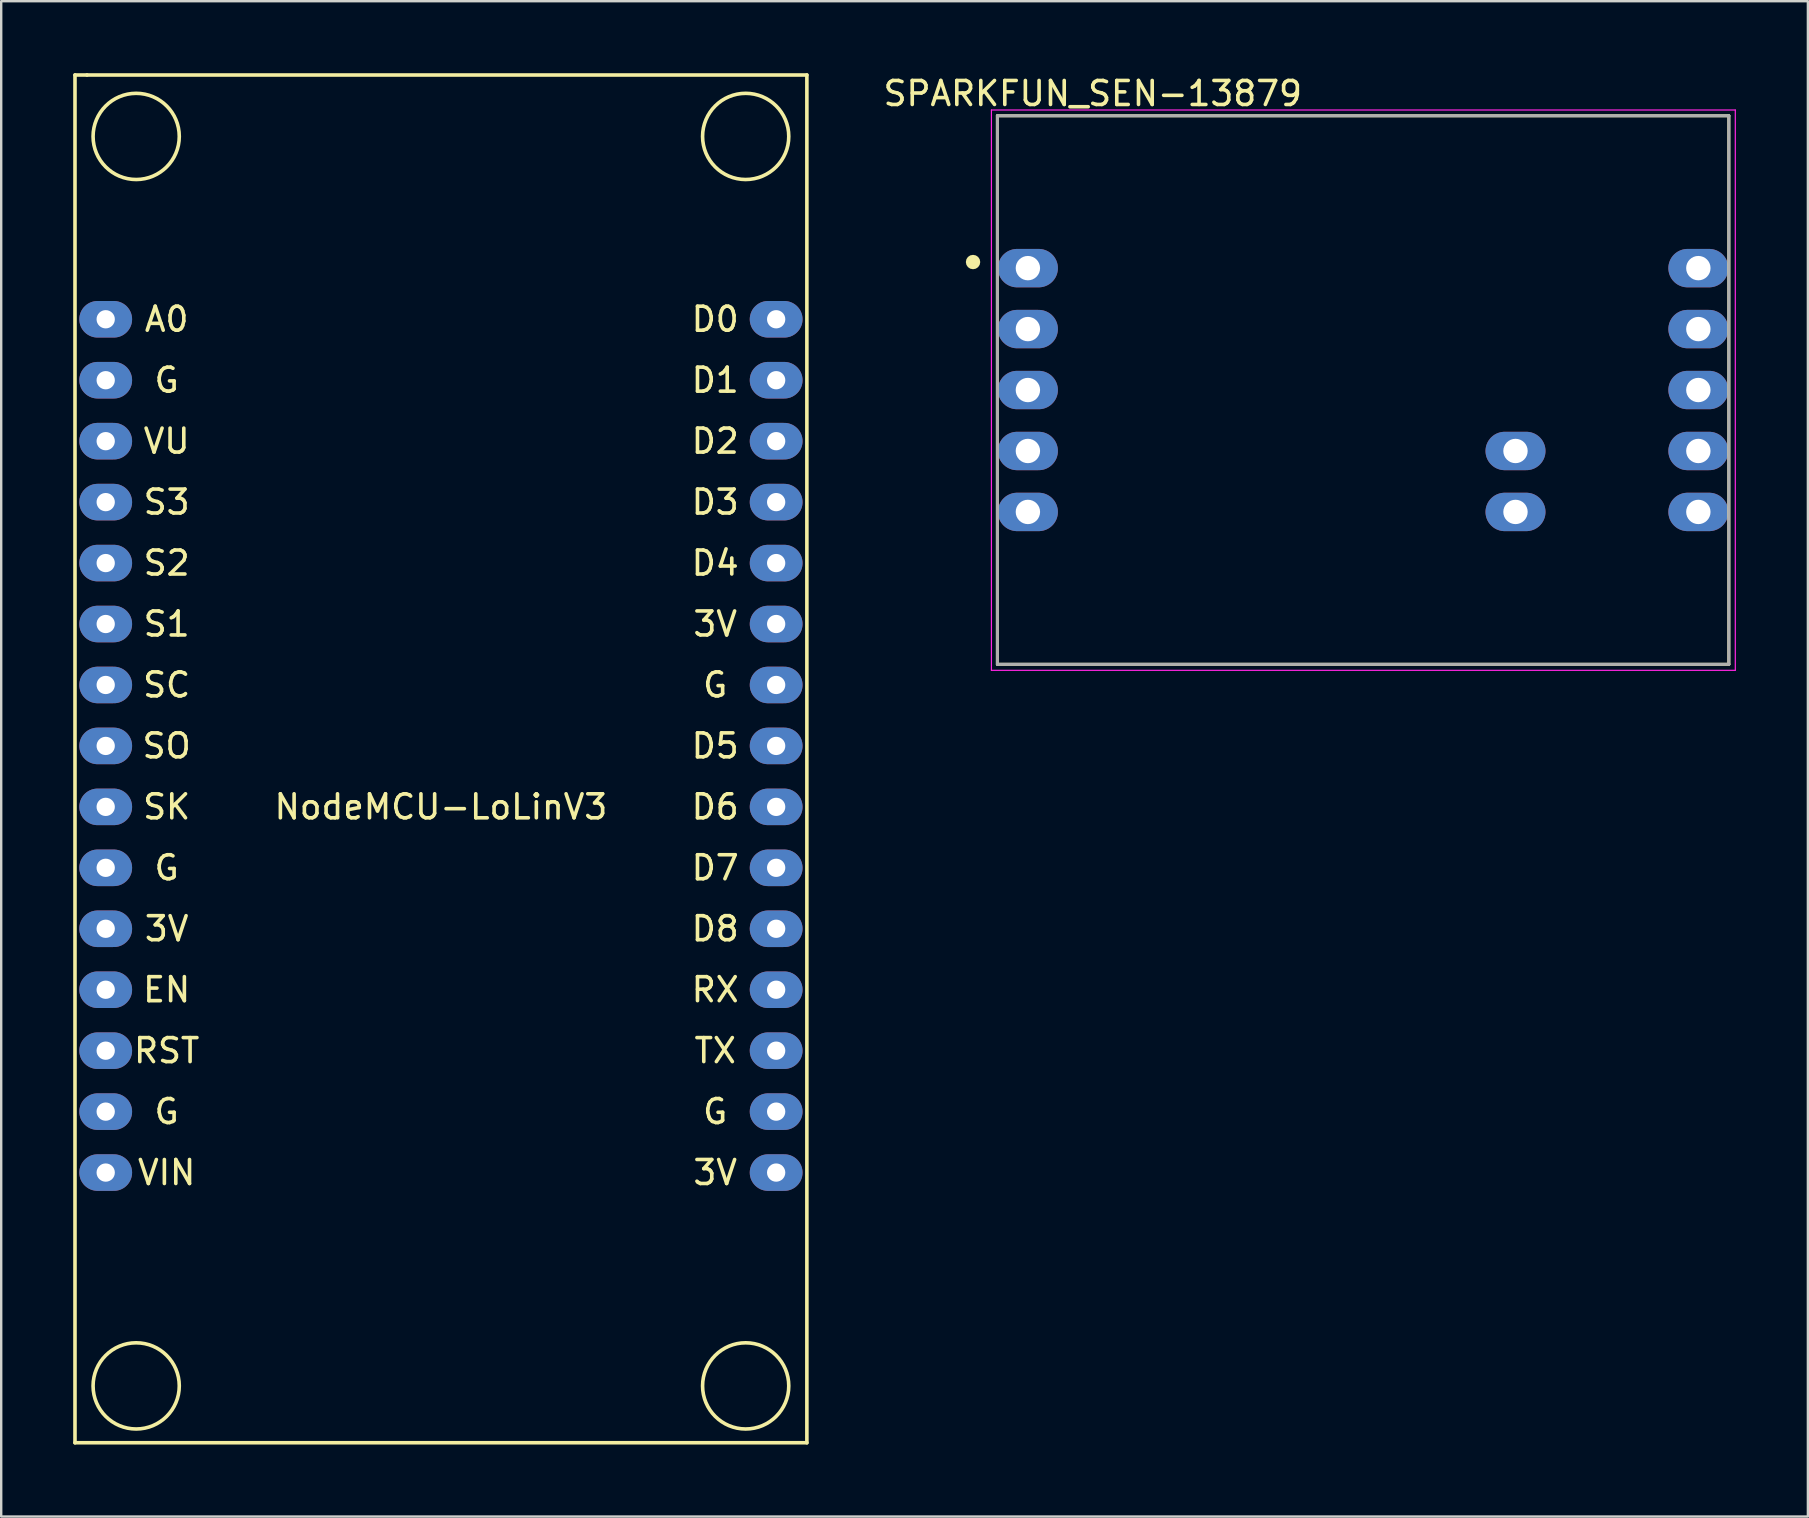
<source format=kicad_pcb>
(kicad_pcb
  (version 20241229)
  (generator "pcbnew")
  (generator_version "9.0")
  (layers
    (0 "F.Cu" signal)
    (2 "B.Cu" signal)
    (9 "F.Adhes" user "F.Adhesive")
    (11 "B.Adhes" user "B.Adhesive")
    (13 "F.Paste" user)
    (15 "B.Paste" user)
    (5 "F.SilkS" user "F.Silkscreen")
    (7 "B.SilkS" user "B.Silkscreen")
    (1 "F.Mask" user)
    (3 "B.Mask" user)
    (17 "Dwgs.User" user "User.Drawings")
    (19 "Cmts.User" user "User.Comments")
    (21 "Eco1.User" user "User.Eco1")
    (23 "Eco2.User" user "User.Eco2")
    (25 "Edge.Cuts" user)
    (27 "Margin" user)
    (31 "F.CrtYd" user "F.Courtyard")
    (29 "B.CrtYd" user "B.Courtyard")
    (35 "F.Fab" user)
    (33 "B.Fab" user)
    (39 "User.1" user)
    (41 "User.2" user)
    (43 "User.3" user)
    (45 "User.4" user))
  (footprint "NodeMCU-LoLinV3"
    (layer "F.Cu")
    (at 15.325 30.575)
    (property "Reference" "NodeMCU-LoLinV3" (at 0 0 0) (layer "F.SilkS") (effects (font (size 1 1) (thickness 0.15))))
    (attr through_hole)
    (fp_line (start -15.25 -30.5) (end -15.25 26.5) (stroke (width 0.15) (type solid)) (layer "F.SilkS"))
    (fp_line (start -15.25 26.5) (end 15.25 26.5) (stroke (width 0.15) (type solid)) (layer "F.SilkS"))
    (fp_line (start -14.75 -30.5) (end -15.25 -30.5) (stroke (width 0.15) (type solid)) (layer "F.SilkS"))
    (fp_line (start 15.25 -30.5) (end -14.75 -30.5) (stroke (width 0.15) (type solid)) (layer "F.SilkS"))
    (fp_line (start 15.25 26.5) (end 15.25 -30.5) (stroke (width 0.15) (type solid)) (layer "F.SilkS"))
    (fp_circle (center -12.7 -27.94) (end -11.43 -29.21) (stroke (width 0.15) (type solid)) (fill no) (layer "F.SilkS"))
    (fp_circle (center -12.7 24.13) (end -11.43 22.86) (stroke (width 0.15) (type solid)) (fill no) (layer "F.SilkS"))
    (fp_circle (center 12.7 -27.94) (end 13.97 -29.21) (stroke (width 0.15) (type solid)) (fill no) (layer "F.SilkS"))
    (fp_circle (center 12.7 24.13) (end 13.97 22.86) (stroke (width 0.15) (type solid)) (fill no) (layer "F.SilkS"))
    (fp_text user "SK" (at -11.43 0 0) (layer "F.SilkS") (effects (font (size 1 1) (thickness 0.15))))
    (fp_text user "SC" (at -11.43 -5.08 0) (layer "F.SilkS") (effects (font (size 1 1) (thickness 0.15))))
    (fp_text user "G" (at 11.43 12.7 0) (layer "F.SilkS") (effects (font (size 1 1) (thickness 0.15))))
    (fp_text user "VU" (at -11.43 -15.24 0) (layer "F.SilkS") (effects (font (size 1 1) (thickness 0.15))))
    (fp_text user "S2" (at -11.43 -10.16 0) (layer "F.SilkS") (effects (font (size 1 1) (thickness 0.15))))
    (fp_text user "G" (at -11.43 2.54 0) (layer "F.SilkS") (effects (font (size 1 1) (thickness 0.15))))
    (fp_text user "S3" (at -11.43 -12.7 0) (layer "F.SilkS") (effects (font (size 1 1) (thickness 0.15))))
    (fp_text user "D6" (at 11.43 0 0) (layer "F.SilkS") (effects (font (size 1 1) (thickness 0.15))))
    (fp_text user "G" (at -11.43 -17.78 0) (layer "F.SilkS") (effects (font (size 1 1) (thickness 0.15))))
    (fp_text user "3V" (at 11.43 15.24 0) (layer "F.SilkS") (effects (font (size 1 1) (thickness 0.15))))
    (fp_text user "D1" (at 11.43 -17.78 0) (layer "F.SilkS") (effects (font (size 1 1) (thickness 0.15))))
    (fp_text user "D7" (at 11.43 2.54 0) (layer "F.SilkS") (effects (font (size 1 1) (thickness 0.15))))
    (fp_text user "D3" (at 11.43 -12.7 0) (layer "F.SilkS") (effects (font (size 1 1) (thickness 0.15))))
    (fp_text user "A0" (at -11.43 -20.32 0) (layer "F.SilkS") (effects (font (size 1 1) (thickness 0.15))))
    (fp_text user "VIN" (at -11.43 15.24 0) (layer "F.SilkS") (effects (font (size 1 1) (thickness 0.15))))
    (fp_text user "D5" (at 11.43 -2.54 0) (layer "F.SilkS") (effects (font (size 1 1) (thickness 0.15))))
    (fp_text user "D0" (at 11.43 -20.32 0) (layer "F.SilkS") (effects (font (size 1 1) (thickness 0.15))))
    (fp_text user "SO" (at -11.43 -2.54 0) (layer "F.SilkS") (effects (font (size 1 1) (thickness 0.15))))
    (fp_text user "D2" (at 11.43 -15.24 0) (layer "F.SilkS") (effects (font (size 1 1) (thickness 0.15))))
    (fp_text user "TX" (at 11.43 10.16 0) (layer "F.SilkS") (effects (font (size 1 1) (thickness 0.15))))
    (fp_text user "G" (at 11.43 -5.08 0) (layer "F.SilkS") (effects (font (size 1 1) (thickness 0.15))))
    (fp_text user "D8" (at 11.43 5.08 0) (layer "F.SilkS") (effects (font (size 1 1) (thickness 0.15))))
    (fp_text user "EN" (at -11.43 7.62 0) (layer "F.SilkS") (effects (font (size 1 1) (thickness 0.15))))
    (fp_text user "RX" (at 11.43 7.62 0) (layer "F.SilkS") (effects (font (size 1 1) (thickness 0.15))))
    (fp_text user "RST" (at -11.43 10.16 0) (layer "F.SilkS") (effects (font (size 1 1) (thickness 0.15))))
    (fp_text user "3V" (at -11.43 5.08 0) (layer "F.SilkS") (effects (font (size 1 1) (thickness 0.15))))
    (fp_text user "G" (at -11.43 12.7 0) (layer "F.SilkS") (effects (font (size 1 1) (thickness 0.15))))
    (fp_text user "S1" (at -11.43 -7.62 0) (layer "F.SilkS") (effects (font (size 1 1) (thickness 0.15))))
    (fp_text user "D4" (at 11.43 -10.16 0) (layer "F.SilkS") (effects (font (size 1 1) (thickness 0.15))))
    (fp_text user "3V" (at 11.43 -7.62 0) (layer "F.SilkS") (effects (font (size 1 1) (thickness 0.15))))
    (pad "1" thru_hole oval (at -13.97 -20.32) (size 2.2 1.524) (drill 0.762) (layers "*.Cu" "*.Mask"))
    (pad "2" thru_hole oval (at -13.97 -17.78) (size 2.2 1.524) (drill 0.762) (layers "*.Cu" "*.Mask"))
    (pad "3" thru_hole oval (at -13.97 -15.24) (size 2.2 1.524) (drill 0.762) (layers "*.Cu" "*.Mask"))
    (pad "4" thru_hole oval (at -13.97 -12.7) (size 2.2 1.524) (drill 0.762) (layers "*.Cu" "*.Mask"))
    (pad "5" thru_hole oval (at -13.97 -10.16) (size 2.2 1.524) (drill 0.762) (layers "*.Cu" "*.Mask"))
    (pad "6" thru_hole oval (at -13.97 -7.62) (size 2.2 1.524) (drill 0.762) (layers "*.Cu" "*.Mask"))
    (pad "7" thru_hole oval (at -13.97 -5.08) (size 2.2 1.524) (drill 0.762) (layers "*.Cu" "*.Mask"))
    (pad "8" thru_hole oval (at -13.97 -2.54) (size 2.2 1.524) (drill 0.762) (layers "*.Cu" "*.Mask"))
    (pad "9" thru_hole oval (at -13.97 0) (size 2.2 1.524) (drill 0.762) (layers "*.Cu" "*.Mask"))
    (pad "10" thru_hole oval (at -13.97 2.54) (size 2.2 1.524) (drill 0.762) (layers "*.Cu" "*.Mask"))
    (pad "11" thru_hole oval (at -13.97 5.08) (size 2.2 1.524) (drill 0.762) (layers "*.Cu" "*.Mask"))
    (pad "12" thru_hole oval (at -13.97 7.62) (size 2.2 1.524) (drill 0.762) (layers "*.Cu" "*.Mask"))
    (pad "13" thru_hole oval (at -13.97 10.16) (size 2.2 1.524) (drill 0.762) (layers "*.Cu" "*.Mask"))
    (pad "14" thru_hole oval (at -13.97 12.7) (size 2.2 1.524) (drill 0.762) (layers "*.Cu" "*.Mask"))
    (pad "15" thru_hole oval (at -13.97 15.24) (size 2.2 1.524) (drill 0.762) (layers "*.Cu" "*.Mask"))
    (pad "16" thru_hole oval (at 13.97 15.24) (size 2.2 1.524) (drill 0.762) (layers "*.Cu" "*.Mask"))
    (pad "17" thru_hole oval (at 13.97 12.7) (size 2.2 1.524) (drill 0.762) (layers "*.Cu" "*.Mask"))
    (pad "18" thru_hole oval (at 13.97 10.16) (size 2.2 1.524) (drill 0.762) (layers "*.Cu" "*.Mask"))
    (pad "19" thru_hole oval (at 13.97 7.62) (size 2.2 1.524) (drill 0.762) (layers "*.Cu" "*.Mask"))
    (pad "20" thru_hole oval (at 13.97 5.08) (size 2.2 1.524) (drill 0.762) (layers "*.Cu" "*.Mask"))
    (pad "21" thru_hole oval (at 13.97 2.54) (size 2.2 1.524) (drill 0.762) (layers "*.Cu" "*.Mask"))
    (pad "22" thru_hole oval (at 13.97 0) (size 2.2 1.524) (drill 0.762) (layers "*.Cu" "*.Mask"))
    (pad "23" thru_hole oval (at 13.97 -2.54) (size 2.2 1.524) (drill 0.762) (layers "*.Cu" "*.Mask"))
    (pad "24" thru_hole oval (at 13.97 -5.08) (size 2.2 1.524) (drill 0.762) (layers "*.Cu" "*.Mask"))
    (pad "25" thru_hole oval (at 13.97 -7.62) (size 2.2 1.524) (drill 0.762) (layers "*.Cu" "*.Mask"))
    (pad "26" thru_hole oval (at 13.97 -10.16) (size 2.2 1.524) (drill 0.762) (layers "*.Cu" "*.Mask"))
    (pad "27" thru_hole oval (at 13.97 -12.7) (size 2.2 1.524) (drill 0.762) (layers "*.Cu" "*.Mask"))
    (pad "28" thru_hole oval (at 13.97 -15.24) (size 2.2 1.524) (drill 0.762) (layers "*.Cu" "*.Mask"))
    (pad "29" thru_hole oval (at 13.97 -17.78) (size 2.2 1.524) (drill 0.762) (layers "*.Cu" "*.Mask"))
    (pad "30" thru_hole oval (at 13.97 -20.32) (size 2.2 1.524) (drill 0.762) (layers "*.Cu" "*.Mask")))
  (footprint "SPARKFUN_SEN-13879"
    (layer "F.Cu")
    (at 53.756 13.204)
    (property "Reference" "SPARKFUN_SEN-13879" (at -11.266 -12.356 0) (layer "F.SilkS") (effects (font (size 1 1) (thickness 0.15))))
    (attr through_hole)
    (fp_line (start -15.24 -11.43) (end 15.24 -11.43) (stroke (width 0.127) (type solid)) (layer "F.SilkS"))
    (fp_line (start -15.24 11.43) (end -15.24 -11.43) (stroke (width 0.127) (type solid)) (layer "F.SilkS"))
    (fp_line (start 15.24 -11.43) (end 15.24 11.43) (stroke (width 0.127) (type solid)) (layer "F.SilkS"))
    (fp_line (start 15.24 11.43) (end -15.24 11.43) (stroke (width 0.127) (type solid)) (layer "F.SilkS"))
    (fp_circle (center -16.256 -5.334) (end -16.106 -5.334) (stroke (width 0.3) (type solid)) (fill no) (layer "F.SilkS"))
    (fp_line (start -15.49 -11.67) (end 15.51 -11.67) (stroke (width 0.05) (type solid)) (layer "F.CrtYd"))
    (fp_line (start -15.49 11.68) (end -15.49 -11.67) (stroke (width 0.05) (type solid)) (layer "F.CrtYd"))
    (fp_line (start 15.51 -11.67) (end 15.51 11.68) (stroke (width 0.05) (type solid)) (layer "F.CrtYd"))
    (fp_line (start 15.51 11.68) (end -15.49 11.68) (stroke (width 0.05) (type solid)) (layer "F.CrtYd"))
    (fp_line (start -15.24 -11.43) (end 15.24 -11.43) (stroke (width 0.127) (type solid)) (layer "F.Fab"))
    (fp_line (start -15.24 11.43) (end -15.24 -11.43) (stroke (width 0.127) (type solid)) (layer "F.Fab"))
    (fp_line (start 15.24 -11.43) (end 15.24 11.43) (stroke (width 0.127) (type solid)) (layer "F.Fab"))
    (fp_line (start 15.24 11.43) (end -15.24 11.43) (stroke (width 0.127) (type solid)) (layer "F.Fab"))
    (pad "1" thru_hole oval (at -13.97 -5.08) (size 2.5 1.6) (drill 1.016) (layers "*.Cu" "*.Mask"))
    (pad "2" thru_hole oval (at -13.97 -2.54) (size 2.5 1.6) (drill 1.016) (layers "*.Cu" "*.Mask"))
    (pad "3" thru_hole oval (at -13.97 0) (size 2.5 1.6) (drill 1.016) (layers "*.Cu" "*.Mask"))
    (pad "4" thru_hole oval (at -13.97 2.54) (size 2.5 1.6) (drill 1.016) (layers "*.Cu" "*.Mask"))
    (pad "5" thru_hole oval (at -13.97 5.08) (size 2.5 1.6) (drill 1.016) (layers "*.Cu" "*.Mask"))
    (pad "6" thru_hole oval (at 13.97 5.08) (size 2.5 1.6) (drill 1.016) (layers "*.Cu" "*.Mask"))
    (pad "7" thru_hole oval (at 13.97 2.54) (size 2.5 1.6) (drill 1.016) (layers "*.Cu" "*.Mask"))
    (pad "8" thru_hole oval (at 13.97 0) (size 2.5 1.6) (drill 1.016) (layers "*.Cu" "*.Mask"))
    (pad "9" thru_hole oval (at 13.97 -2.54) (size 2.5 1.6) (drill 1.016) (layers "*.Cu" "*.Mask"))
    (pad "10" thru_hole oval (at 13.97 -5.08) (size 2.5 1.6) (drill 1.016) (layers "*.Cu" "*.Mask"))
    (pad "11" thru_hole oval (at 6.35 2.54) (size 2.5 1.6) (drill 1.016) (layers "*.Cu" "*.Mask"))
    (pad "12" thru_hole oval (at 6.35 5.08) (size 2.5 1.6) (drill 1.016) (layers "*.Cu" "*.Mask")))
  (gr_rect
    (start -3 -3)
    (end 72.291 60.15)
    (stroke (width 0.1) (type default))
    (fill no)
    (layer "Edge.Cuts")))
</source>
